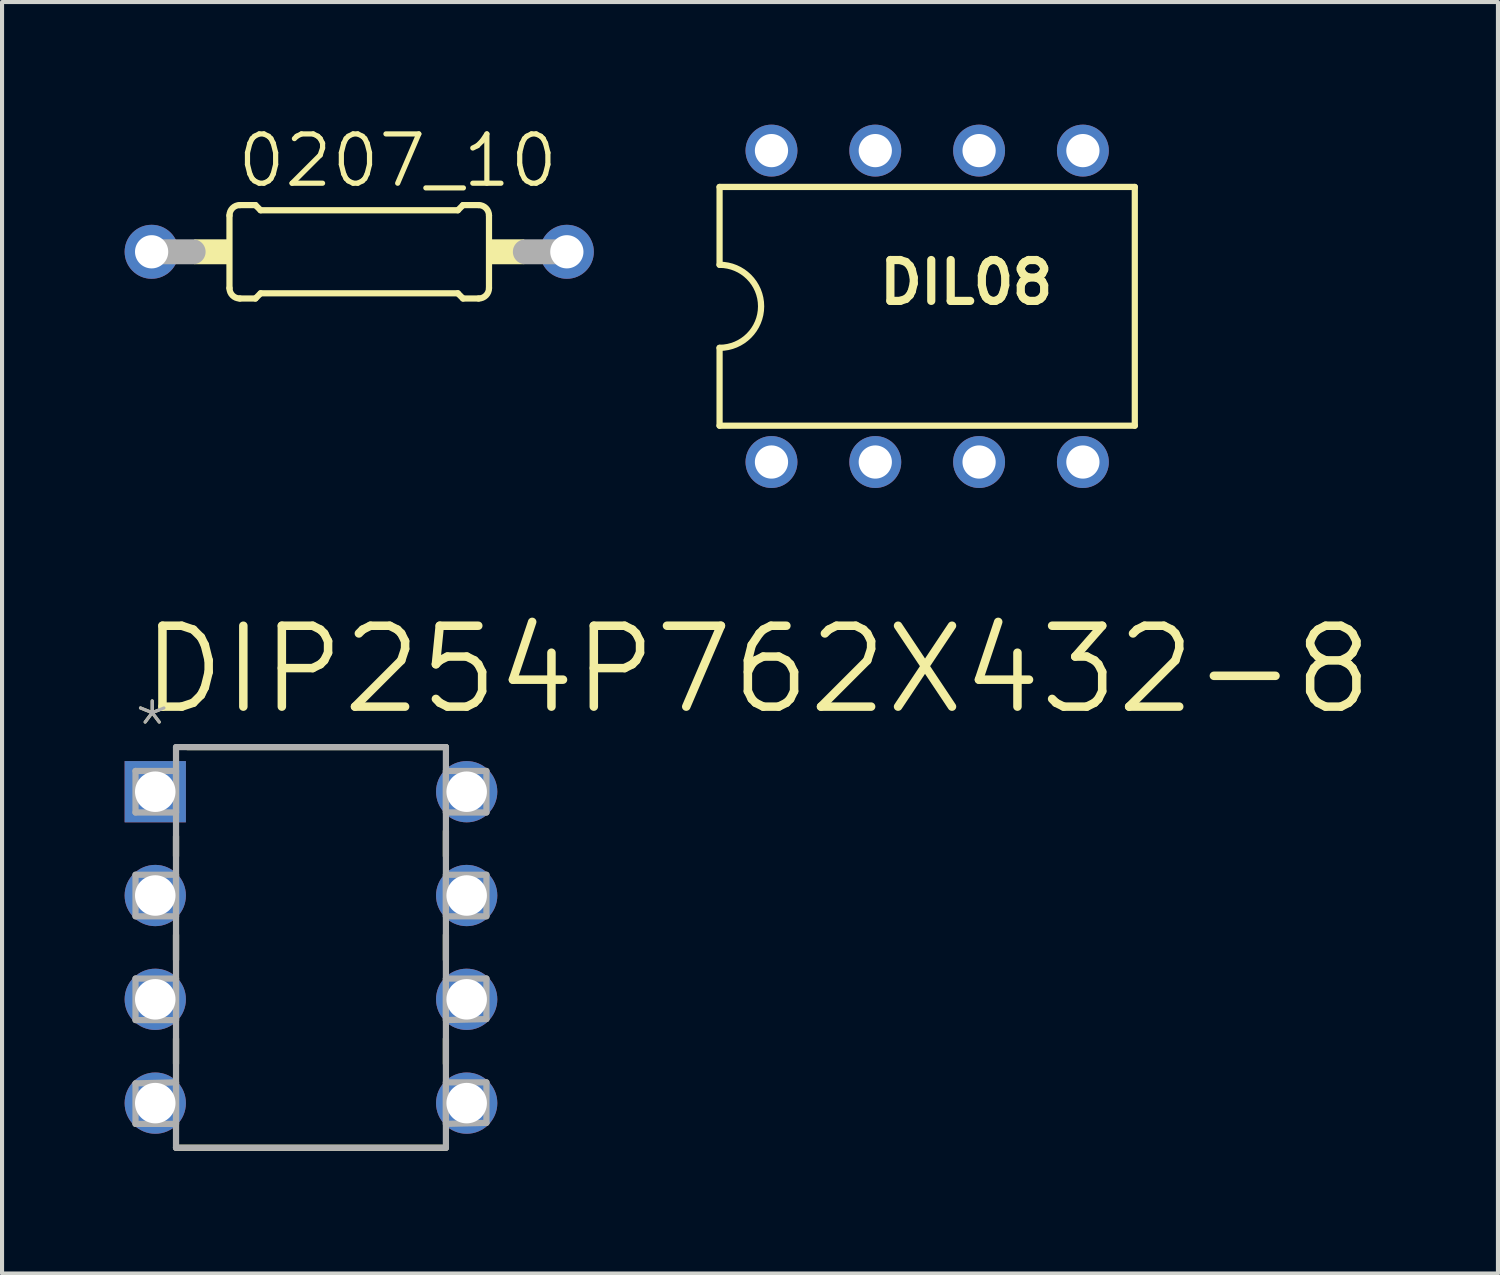
<source format=kicad_pcb>
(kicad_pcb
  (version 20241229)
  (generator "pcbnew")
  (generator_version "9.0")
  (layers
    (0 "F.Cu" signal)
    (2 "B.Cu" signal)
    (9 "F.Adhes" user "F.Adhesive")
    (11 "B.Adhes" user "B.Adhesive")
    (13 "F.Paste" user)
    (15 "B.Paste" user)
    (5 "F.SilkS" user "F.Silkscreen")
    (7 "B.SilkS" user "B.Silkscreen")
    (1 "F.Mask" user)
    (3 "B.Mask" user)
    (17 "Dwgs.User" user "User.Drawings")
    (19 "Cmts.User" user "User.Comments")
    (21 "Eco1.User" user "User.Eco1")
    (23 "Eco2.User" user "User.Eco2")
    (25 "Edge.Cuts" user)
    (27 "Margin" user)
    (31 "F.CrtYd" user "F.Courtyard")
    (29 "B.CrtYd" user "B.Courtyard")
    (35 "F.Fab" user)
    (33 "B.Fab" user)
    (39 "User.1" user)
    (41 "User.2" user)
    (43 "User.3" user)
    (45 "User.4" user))
  (footprint "DIP254P762X432-8"
    (layer "F.Cu")
    (at 8.369 23.942)
    (property "Reference" "DIP254P762X432-8" (at -8.052 -9.449 0) (layer "F.SilkS") (effects (font (size 1.979 1.979) (thickness 0.208)) (justify left bottom)))
    (attr through_hole)
    (fp_line (start -7.112 -6.528) (end -7.112 -6.045) (stroke (width 0.152) (type solid)) (layer "F.SilkS"))
    (fp_line (start -7.112 -4.115) (end -7.112 -3.505) (stroke (width 0.152) (type solid)) (layer "F.SilkS"))
    (fp_line (start -7.112 -1.575) (end -7.112 -0.965) (stroke (width 0.152) (type solid)) (layer "F.SilkS"))
    (fp_line (start -7.112 1.092) (end -0.508 1.092) (stroke (width 0.152) (type solid)) (layer "F.SilkS"))
    (fp_line (start -0.508 -8.712) (end -6.833 -8.712) (stroke (width 0.152) (type solid)) (layer "F.SilkS"))
    (fp_line (start -0.508 -6.045) (end -0.508 -6.655) (stroke (width 0.152) (type solid)) (layer "F.SilkS"))
    (fp_line (start -0.508 -3.505) (end -0.508 -4.115) (stroke (width 0.152) (type solid)) (layer "F.SilkS"))
    (fp_line (start -0.508 -0.965) (end -0.508 -1.575) (stroke (width 0.152) (type solid)) (layer "F.SilkS"))
    (fp_line (start -8.103 -8.128) (end -8.103 -7.112) (stroke (width 0.152) (type solid)) (layer "F.Fab"))
    (fp_line (start -8.103 -7.112) (end -7.112 -7.112) (stroke (width 0.152) (type solid)) (layer "F.Fab"))
    (fp_line (start -8.103 -5.588) (end -8.103 -4.572) (stroke (width 0.152) (type solid)) (layer "F.Fab"))
    (fp_line (start -8.103 -4.572) (end -7.112 -4.572) (stroke (width 0.152) (type solid)) (layer "F.Fab"))
    (fp_line (start -8.103 -3.048) (end -8.103 -2.032) (stroke (width 0.152) (type solid)) (layer "F.Fab"))
    (fp_line (start -8.103 -2.032) (end -7.112 -2.032) (stroke (width 0.152) (type solid)) (layer "F.Fab"))
    (fp_line (start -8.103 -0.483) (end -8.103 0.508) (stroke (width 0.152) (type solid)) (layer "F.Fab"))
    (fp_line (start -8.103 0.508) (end -7.112 0.508) (stroke (width 0.152) (type solid)) (layer "F.Fab"))
    (fp_line (start -7.112 -8.712) (end -7.112 1.092) (stroke (width 0.152) (type solid)) (layer "F.Fab"))
    (fp_line (start -7.112 -8.128) (end -8.103 -8.128) (stroke (width 0.152) (type solid)) (layer "F.Fab"))
    (fp_line (start -7.112 -7.112) (end -7.112 -8.128) (stroke (width 0.152) (type solid)) (layer "F.Fab"))
    (fp_line (start -7.112 -5.588) (end -8.103 -5.588) (stroke (width 0.152) (type solid)) (layer "F.Fab"))
    (fp_line (start -7.112 -4.572) (end -7.112 -5.588) (stroke (width 0.152) (type solid)) (layer "F.Fab"))
    (fp_line (start -7.112 -3.048) (end -8.103 -3.048) (stroke (width 0.152) (type solid)) (layer "F.Fab"))
    (fp_line (start -7.112 -2.032) (end -7.112 -3.048) (stroke (width 0.152) (type solid)) (layer "F.Fab"))
    (fp_line (start -7.112 -0.508) (end -8.103 -0.483) (stroke (width 0.152) (type solid)) (layer "F.Fab"))
    (fp_line (start -7.112 0.508) (end -7.112 -0.508) (stroke (width 0.152) (type solid)) (layer "F.Fab"))
    (fp_line (start -7.112 1.092) (end -0.508 1.092) (stroke (width 0.152) (type solid)) (layer "F.Fab"))
    (fp_line (start -0.508 -8.712) (end -7.112 -8.712) (stroke (width 0.152) (type solid)) (layer "F.Fab"))
    (fp_line (start -0.508 -8.128) (end -0.508 -7.112) (stroke (width 0.152) (type solid)) (layer "F.Fab"))
    (fp_line (start -0.508 -7.112) (end 0.483 -7.112) (stroke (width 0.152) (type solid)) (layer "F.Fab"))
    (fp_line (start -0.508 -5.588) (end -0.508 -4.572) (stroke (width 0.152) (type solid)) (layer "F.Fab"))
    (fp_line (start -0.508 -4.572) (end 0.483 -4.572) (stroke (width 0.152) (type solid)) (layer "F.Fab"))
    (fp_line (start -0.508 -3.048) (end -0.508 -2.032) (stroke (width 0.152) (type solid)) (layer "F.Fab"))
    (fp_line (start -0.508 -2.032) (end 0.483 -2.057) (stroke (width 0.152) (type solid)) (layer "F.Fab"))
    (fp_line (start -0.508 -0.508) (end -0.508 0.508) (stroke (width 0.152) (type solid)) (layer "F.Fab"))
    (fp_line (start -0.508 0.508) (end 0.483 0.483) (stroke (width 0.152) (type solid)) (layer "F.Fab"))
    (fp_line (start -0.508 1.092) (end -0.508 -8.712) (stroke (width 0.152) (type solid)) (layer "F.Fab"))
    (fp_line (start 0.483 -8.128) (end -0.508 -8.128) (stroke (width 0.152) (type solid)) (layer "F.Fab"))
    (fp_line (start 0.483 -7.112) (end 0.483 -8.128) (stroke (width 0.152) (type solid)) (layer "F.Fab"))
    (fp_line (start 0.483 -5.588) (end -0.508 -5.588) (stroke (width 0.152) (type solid)) (layer "F.Fab"))
    (fp_line (start 0.483 -4.572) (end 0.483 -5.588) (stroke (width 0.152) (type solid)) (layer "F.Fab"))
    (fp_line (start 0.483 -3.048) (end -0.508 -3.048) (stroke (width 0.152) (type solid)) (layer "F.Fab"))
    (fp_line (start 0.483 -2.057) (end 0.483 -3.048) (stroke (width 0.152) (type solid)) (layer "F.Fab"))
    (fp_line (start 0.483 -0.508) (end -0.508 -0.508) (stroke (width 0.152) (type solid)) (layer "F.Fab"))
    (fp_line (start 0.483 0.483) (end 0.483 -0.508) (stroke (width 0.152) (type solid)) (layer "F.Fab"))
    (fp_text user "*" (at -8.204 -8.484 0) (layer "F.SilkS") (effects (font (size 1.206 1.206) (thickness 0.076)) (justify left bottom)))
    (fp_text user "*" (at -8.204 -8.484 0) (layer "F.Fab") (effects (font (size 1.206 1.206) (thickness 0.076)) (justify left bottom)))
    (pad "1" thru_hole rect (at -7.62 -7.62) (size 1.499 1.499) (drill 0.991) (layers "*.Cu" "*.Mask"))
    (pad "2" thru_hole circle (at -7.62 -5.08) (size 1.499 1.499) (drill 0.991) (layers "*.Cu" "*.Mask"))
    (pad "3" thru_hole circle (at -7.62 -2.54) (size 1.499 1.499) (drill 0.991) (layers "*.Cu" "*.Mask"))
    (pad "4" thru_hole circle (at -7.62 0) (size 1.499 1.499) (drill 0.991) (layers "*.Cu" "*.Mask"))
    (pad "5" thru_hole circle (at 0 0) (size 1.499 1.499) (drill 0.991) (layers "*.Cu" "*.Mask"))
    (pad "6" thru_hole circle (at 0 -2.54) (size 1.499 1.499) (drill 0.991) (layers "*.Cu" "*.Mask"))
    (pad "7" thru_hole circle (at 0 -5.08) (size 1.499 1.499) (drill 0.991) (layers "*.Cu" "*.Mask"))
    (pad "8" thru_hole circle (at 0 -7.62) (size 1.499 1.499) (drill 0.991) (layers "*.Cu" "*.Mask")))
  (footprint "DIL08"
    (layer "F.Cu")
    (at 19.637 4.445)
    (property "Reference" "DIL08" (at -1.27 0 180) (layer "F.SilkS") (effects (font (size 1 1) (thickness 0.2)) (justify left bottom)))
    (attr through_hole)
    (fp_line (start -5.08 -2.921) (end -5.08 -1.016) (stroke (width 0.152) (type solid)) (layer "F.SilkS"))
    (fp_line (start -5.08 2.921) (end -5.08 1.016) (stroke (width 0.152) (type solid)) (layer "F.SilkS"))
    (fp_line (start -5.08 2.921) (end 5.08 2.921) (stroke (width 0.152) (type solid)) (layer "F.SilkS"))
    (fp_line (start 5.08 -2.921) (end -5.08 -2.921) (stroke (width 0.152) (type solid)) (layer "F.SilkS"))
    (fp_line (start 5.08 -2.921) (end 5.08 2.921) (stroke (width 0.152) (type solid)) (layer "F.SilkS"))
    (fp_arc (start -5.08 -1.016) (mid -4.064 0) (end -5.08 1.016) (stroke (width 0.1524) (type solid)) (layer "F.SilkS"))
    (pad "1" thru_hole circle (at -3.81 3.81 90) (size 1.27 1.27) (drill 0.813) (layers "*.Cu" "*.Mask"))
    (pad "2" thru_hole circle (at -1.27 3.81 90) (size 1.27 1.27) (drill 0.813) (layers "*.Cu" "*.Mask"))
    (pad "3" thru_hole circle (at 1.27 3.81 90) (size 1.27 1.27) (drill 0.813) (layers "*.Cu" "*.Mask"))
    (pad "4" thru_hole circle (at 3.81 3.81 90) (size 1.27 1.27) (drill 0.813) (layers "*.Cu" "*.Mask"))
    (pad "5" thru_hole circle (at 3.81 -3.81 90) (size 1.27 1.27) (drill 0.813) (layers "*.Cu" "*.Mask"))
    (pad "6" thru_hole circle (at 1.27 -3.81 90) (size 1.27 1.27) (drill 0.813) (layers "*.Cu" "*.Mask"))
    (pad "7" thru_hole circle (at -1.27 -3.81 90) (size 1.27 1.27) (drill 0.813) (layers "*.Cu" "*.Mask"))
    (pad "8" thru_hole circle (at -3.81 -3.81 90) (size 1.27 1.27) (drill 0.813) (layers "*.Cu" "*.Mask")))
  (footprint "0207_10"
    (layer "F.Cu")
    (at 5.74 3.111)
    (property "Reference" "0207_10" (at -3.048 -1.524 0) (layer "F.SilkS") (effects (font (size 1.206 1.206) (thickness 0.127)) (justify left bottom)))
    (attr through_hole)
    (fp_line (start -3.175 0.889) (end -3.175 -0.889) (stroke (width 0.152) (type solid)) (layer "F.SilkS"))
    (fp_line (start -2.921 -1.143) (end -2.54 -1.143) (stroke (width 0.152) (type solid)) (layer "F.SilkS"))
    (fp_line (start -2.921 1.143) (end -2.54 1.143) (stroke (width 0.152) (type solid)) (layer "F.SilkS"))
    (fp_line (start -2.413 -1.016) (end -2.54 -1.143) (stroke (width 0.152) (type solid)) (layer "F.SilkS"))
    (fp_line (start -2.413 1.016) (end -2.54 1.143) (stroke (width 0.152) (type solid)) (layer "F.SilkS"))
    (fp_line (start 2.413 -1.016) (end -2.413 -1.016) (stroke (width 0.152) (type solid)) (layer "F.SilkS"))
    (fp_line (start 2.413 -1.016) (end 2.54 -1.143) (stroke (width 0.152) (type solid)) (layer "F.SilkS"))
    (fp_line (start 2.413 1.016) (end -2.413 1.016) (stroke (width 0.152) (type solid)) (layer "F.SilkS"))
    (fp_line (start 2.413 1.016) (end 2.54 1.143) (stroke (width 0.152) (type solid)) (layer "F.SilkS"))
    (fp_line (start 2.921 -1.143) (end 2.54 -1.143) (stroke (width 0.152) (type solid)) (layer "F.SilkS"))
    (fp_line (start 2.921 1.143) (end 2.54 1.143) (stroke (width 0.152) (type solid)) (layer "F.SilkS"))
    (fp_line (start 3.175 0.889) (end 3.175 -0.889) (stroke (width 0.152) (type solid)) (layer "F.SilkS"))
    (fp_arc (start -3.175 -0.889) (mid -3.100605 -1.068605) (end -2.921 -1.143) (stroke (width 0.1524) (type solid)) (layer "F.SilkS"))
    (fp_arc (start -2.921 1.143) (mid -3.100605 1.068605) (end -3.175 0.889) (stroke (width 0.1524) (type solid)) (layer "F.SilkS"))
    (fp_arc (start 2.921 -1.143) (mid 3.100605 -1.068605) (end 3.175 -0.889) (stroke (width 0.1524) (type solid)) (layer "F.SilkS"))
    (fp_arc (start 3.175 0.889) (mid 3.100605 1.068605) (end 2.921 1.143) (stroke (width 0.1524) (type solid)) (layer "F.SilkS"))
    (fp_poly (pts (xy -4.039 0.305) (xy -3.175 0.305) (xy -3.175 -0.305) (xy -4.039 -0.305)) (stroke (width 0) (type solid)) (fill yes) (layer "F.SilkS"))
    (fp_poly (pts (xy 3.175 0.305) (xy 4.039 0.305) (xy 4.039 -0.305) (xy 3.175 -0.305)) (stroke (width 0) (type solid)) (fill yes) (layer "F.SilkS"))
    (fp_line (start -5.08 0) (end -4.064 0) (stroke (width 0.61) (type solid)) (layer "F.Fab"))
    (fp_line (start 5.08 0) (end 4.064 0) (stroke (width 0.61) (type solid)) (layer "F.Fab"))
    (pad "1" thru_hole circle (at -5.08 0) (size 1.321 1.321) (drill 0.813) (layers "*.Cu" "*.Mask"))
    (pad "2" thru_hole circle (at 5.08 0) (size 1.321 1.321) (drill 0.813) (layers "*.Cu" "*.Mask")))
  (gr_rect
    (start -3 -3)
    (end 33.603 28.111)
    (stroke (width 0.1) (type default))
    (fill no)
    (layer "Edge.Cuts")))
</source>
